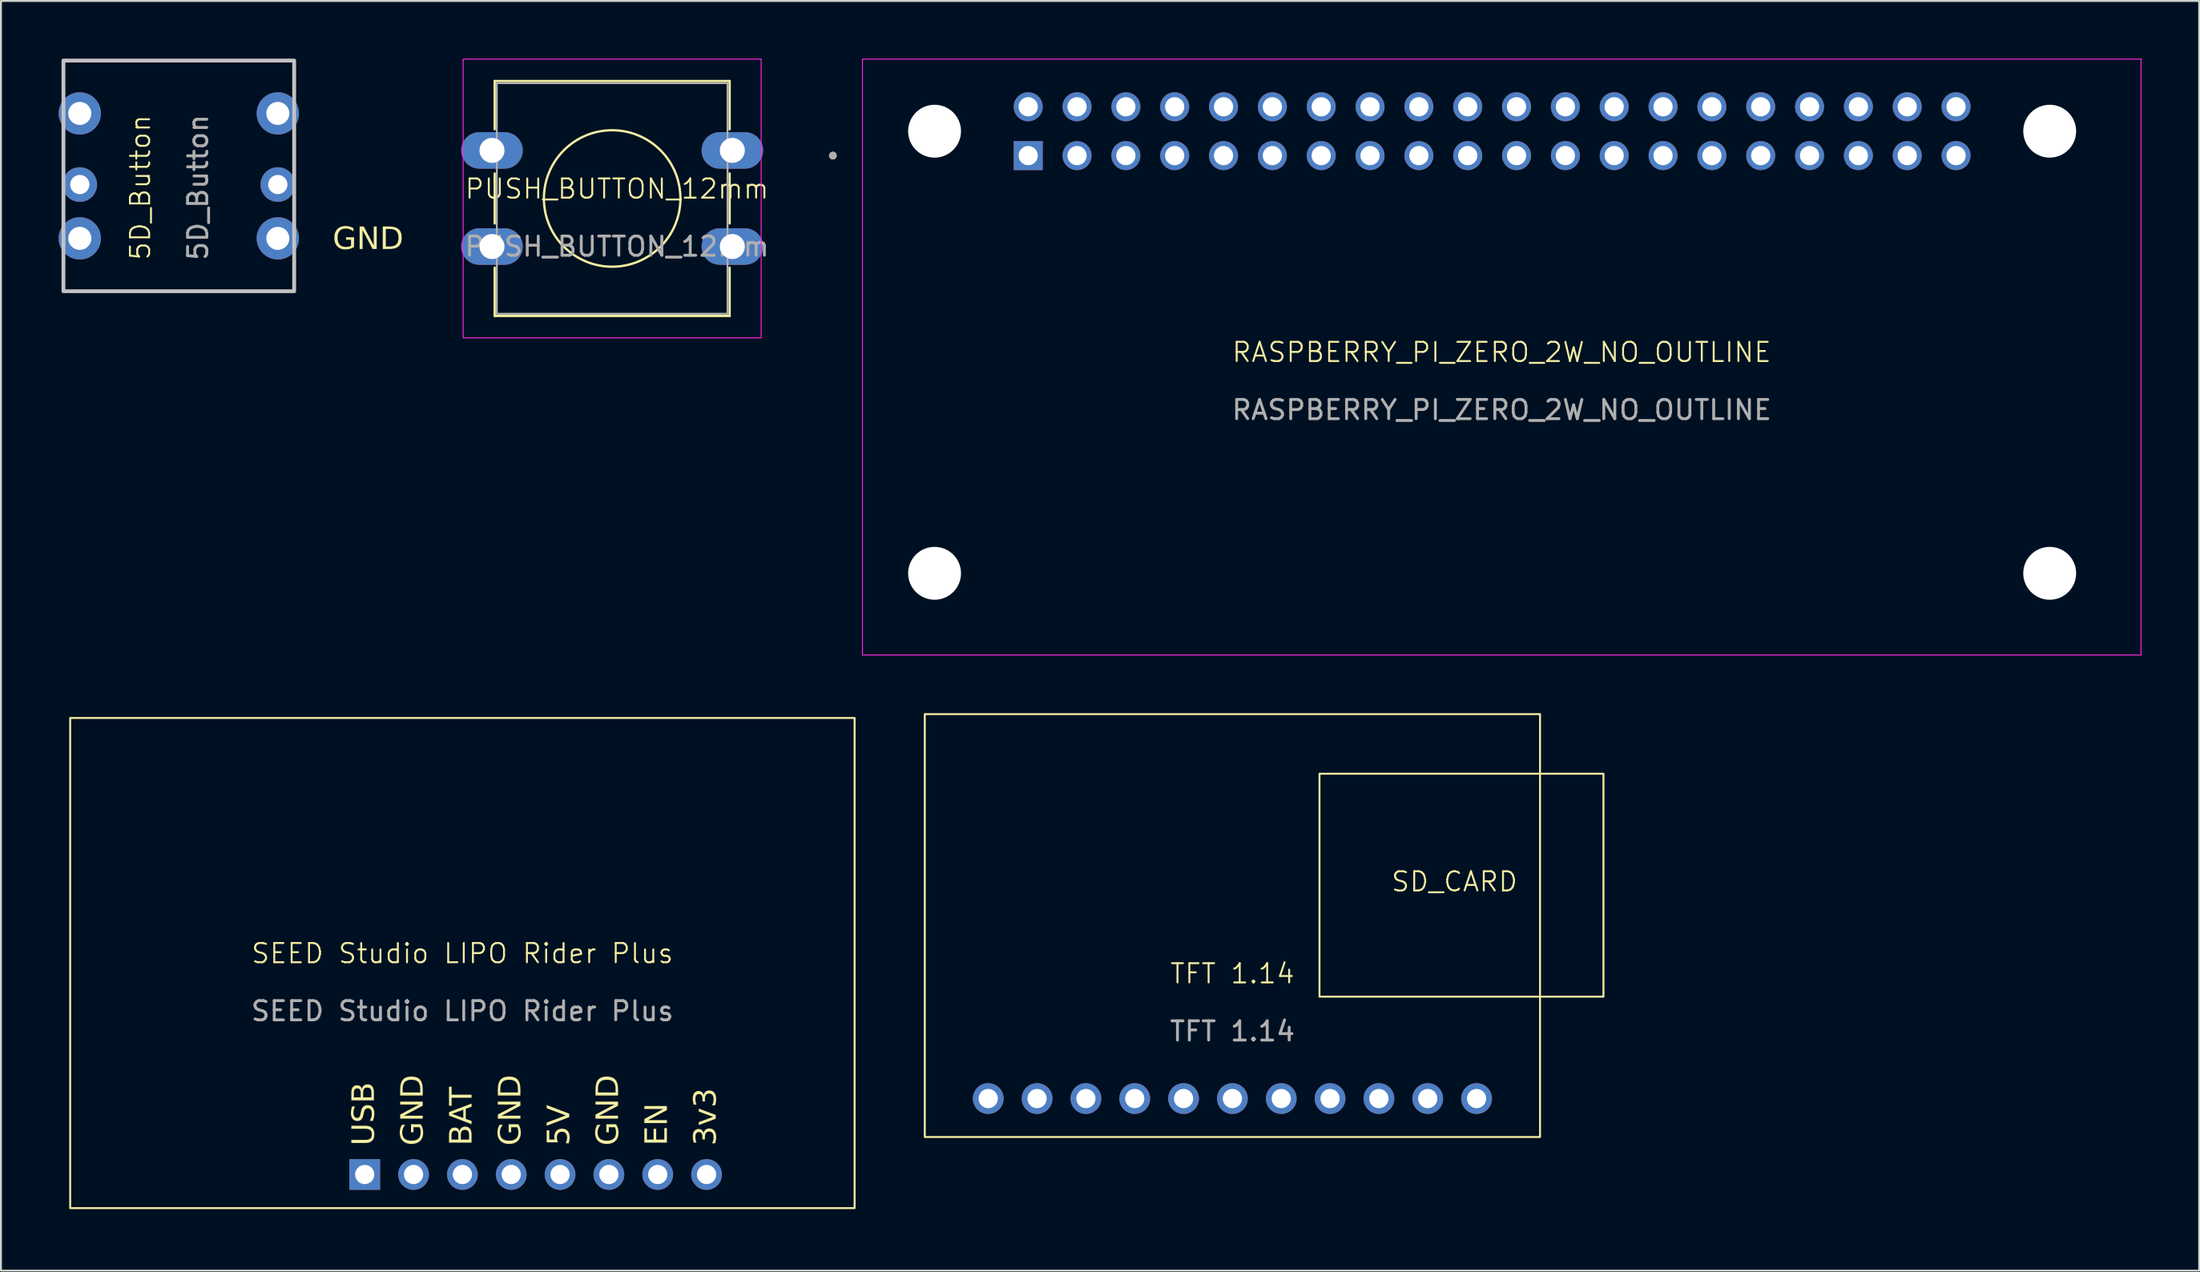
<source format=kicad_pcb>
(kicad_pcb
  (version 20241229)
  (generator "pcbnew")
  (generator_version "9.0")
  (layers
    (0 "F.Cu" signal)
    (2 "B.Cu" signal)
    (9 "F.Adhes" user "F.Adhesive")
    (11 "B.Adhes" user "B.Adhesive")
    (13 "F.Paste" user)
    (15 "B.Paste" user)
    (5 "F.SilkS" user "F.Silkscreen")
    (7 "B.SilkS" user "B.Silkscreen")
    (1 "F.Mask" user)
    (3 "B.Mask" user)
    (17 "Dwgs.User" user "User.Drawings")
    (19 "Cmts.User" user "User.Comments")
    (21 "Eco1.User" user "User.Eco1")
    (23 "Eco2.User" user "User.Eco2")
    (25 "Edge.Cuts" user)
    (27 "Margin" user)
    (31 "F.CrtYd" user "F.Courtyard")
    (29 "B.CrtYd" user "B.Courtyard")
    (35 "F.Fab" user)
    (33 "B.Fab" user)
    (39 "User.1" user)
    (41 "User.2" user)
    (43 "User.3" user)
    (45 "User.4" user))
  (footprint "PUSH_BUTTON_12mm"
    (layer "F.Cu")
    (at 29.04 7.275)
    (property "Reference" "PUSH_BUTTON_12mm" (at 0 -0.5 0) (unlocked yes) (layer "F.SilkS") (effects (font (size 1 1) (thickness 0.1))))
    (attr smd)
    (fp_line (start -6.36 -6.11) (end -6.36 -3.6) (stroke (width 0.12) (type default)) (layer "F.SilkS"))
    (fp_line (start -6.36 -6.11) (end 5.86 -6.11) (stroke (width 0.12) (type default)) (layer "F.SilkS"))
    (fp_line (start -6.36 -1.3) (end -6.36 1.3) (stroke (width 0.12) (type default)) (layer "F.SilkS"))
    (fp_line (start -6.36 3.6) (end -6.36 6.11) (stroke (width 0.12) (type default)) (layer "F.SilkS"))
    (fp_line (start 5.86 -6.11) (end 5.86 -3.6) (stroke (width 0.12) (type default)) (layer "F.SilkS"))
    (fp_line (start 5.86 -1.3) (end 5.86 1.3) (stroke (width 0.12) (type default)) (layer "F.SilkS"))
    (fp_line (start 5.86 3.6) (end 5.86 6.11) (stroke (width 0.12) (type default)) (layer "F.SilkS"))
    (fp_line (start 5.86 6.11) (end -6.36 6.11) (stroke (width 0.12) (type default)) (layer "F.SilkS"))
    (fp_circle (center -0.25 0) (end 3.3 0) (stroke (width 0.12) (type default)) (fill no) (layer "F.SilkS"))
    (fp_rect (start -8 -7.25) (end 7.5 7.25) (stroke (width 0.05) (type default)) (fill no) (layer "F.CrtYd"))
    (fp_rect (start -6.25 -6) (end 5.75 6) (stroke (width 0.1) (type default)) (fill no) (layer "F.Fab"))
    (fp_text user "${REFERENCE}" (at 0 2.5 0) (unlocked yes) (layer "F.Fab") (effects (font (size 1 1) (thickness 0.15))))
    (pad "1" thru_hole oval (at -6.5 -2.5) (size 3.2 1.9) (drill 1.3) (layers "*.Cu" "*.Mask"))
    (pad "2" thru_hole oval (at -6.5 2.5) (size 3.2 1.9) (drill 1.3) (layers "*.Cu" "*.Mask"))
    (pad "3" thru_hole oval (at 6 -2.5) (size 3.2 1.9) (drill 1.3) (layers "*.Cu" "*.Mask"))
    (pad "4" thru_hole oval (at 6 2.5) (size 3.2 1.9) (drill 1.3) (layers "*.Cu" "*.Mask")))
  (footprint "RASPBERRY_PI_ZERO_2W_NO_OUTLINE"
    (layer "F.Cu")
    (at 75.059 15.775)
    (property "Reference" "RASPBERRY_PI_ZERO_2W_NO_OUTLINE" (at 0 -0.5 0) (unlocked yes) (layer "F.SilkS") (effects (font (size 1 1) (thickness 0.1))))
    (attr smd)
    (fp_circle (center -34.79 -10.73) (end -34.69 -10.73) (stroke (width 0.2) (type solid)) (fill no) (layer "F.SilkS"))
    (fp_line (start -33.25 -15.75) (end 33.25 -15.75) (stroke (width 0.05) (type solid)) (layer "F.CrtYd"))
    (fp_line (start -33.25 15.25) (end -33.25 -15.75) (stroke (width 0.05) (type solid)) (layer "F.CrtYd"))
    (fp_line (start 33.25 -15.75) (end 33.25 15.25) (stroke (width 0.05) (type solid)) (layer "F.CrtYd"))
    (fp_line (start 33.25 15.25) (end -33.25 15.25) (stroke (width 0.05) (type solid)) (layer "F.CrtYd"))
    (fp_circle (center -34.79 -10.73) (end -34.69 -10.73) (stroke (width 0.2) (type solid)) (fill no) (layer "F.Fab"))
    (fp_text user "${REFERENCE}" (at 0 2.5 0) (unlocked yes) (layer "F.Fab") (effects (font (size 1 1) (thickness 0.15))))
    (pad "" np_thru_hole circle (at -29.5 -12) (size 2.75 2.75) (drill 2.75) (layers "*.Cu" "*.Mask"))
    (pad "" np_thru_hole circle (at -29.5 11) (size 2.75 2.75) (drill 2.75) (layers "*.Cu" "*.Mask"))
    (pad "" np_thru_hole circle (at 28.5 -12) (size 2.75 2.75) (drill 2.75) (layers "*.Cu" "*.Mask"))
    (pad "" np_thru_hole circle (at 28.5 11) (size 2.75 2.75) (drill 2.75) (layers "*.Cu" "*.Mask"))
    (pad "1" thru_hole rect (at -24.63 -10.73) (size 1.508 1.508) (drill 1) (layers "*.Cu" "*.Mask"))
    (pad "2" thru_hole circle (at -24.63 -13.27) (size 1.508 1.508) (drill 1) (layers "*.Cu" "*.Mask"))
    (pad "3" thru_hole circle (at -22.09 -10.73) (size 1.508 1.508) (drill 1) (layers "*.Cu" "*.Mask"))
    (pad "4" thru_hole circle (at -22.09 -13.27) (size 1.508 1.508) (drill 1) (layers "*.Cu" "*.Mask"))
    (pad "5" thru_hole circle (at -19.55 -10.73) (size 1.508 1.508) (drill 1) (layers "*.Cu" "*.Mask"))
    (pad "6" thru_hole circle (at -19.55 -13.27) (size 1.508 1.508) (drill 1) (layers "*.Cu" "*.Mask"))
    (pad "7" thru_hole circle (at -17.01 -10.73) (size 1.508 1.508) (drill 1) (layers "*.Cu" "*.Mask"))
    (pad "8" thru_hole circle (at -17.01 -13.27) (size 1.508 1.508) (drill 1) (layers "*.Cu" "*.Mask"))
    (pad "9" thru_hole circle (at -14.47 -10.73) (size 1.508 1.508) (drill 1) (layers "*.Cu" "*.Mask"))
    (pad "10" thru_hole circle (at -14.47 -13.27) (size 1.508 1.508) (drill 1) (layers "*.Cu" "*.Mask"))
    (pad "11" thru_hole circle (at -11.93 -10.73) (size 1.508 1.508) (drill 1) (layers "*.Cu" "*.Mask"))
    (pad "12" thru_hole circle (at -11.93 -13.27) (size 1.508 1.508) (drill 1) (layers "*.Cu" "*.Mask"))
    (pad "13" thru_hole circle (at -9.39 -10.73) (size 1.508 1.508) (drill 1) (layers "*.Cu" "*.Mask"))
    (pad "14" thru_hole circle (at -9.39 -13.27) (size 1.508 1.508) (drill 1) (layers "*.Cu" "*.Mask"))
    (pad "15" thru_hole circle (at -6.85 -10.73) (size 1.508 1.508) (drill 1) (layers "*.Cu" "*.Mask"))
    (pad "16" thru_hole circle (at -6.85 -13.27) (size 1.508 1.508) (drill 1) (layers "*.Cu" "*.Mask"))
    (pad "17" thru_hole circle (at -4.31 -10.73) (size 1.508 1.508) (drill 1) (layers "*.Cu" "*.Mask"))
    (pad "18" thru_hole circle (at -4.31 -13.27) (size 1.508 1.508) (drill 1) (layers "*.Cu" "*.Mask"))
    (pad "19" thru_hole circle (at -1.77 -10.73) (size 1.508 1.508) (drill 1) (layers "*.Cu" "*.Mask"))
    (pad "20" thru_hole circle (at -1.77 -13.27) (size 1.508 1.508) (drill 1) (layers "*.Cu" "*.Mask"))
    (pad "21" thru_hole circle (at 0.77 -10.73) (size 1.508 1.508) (drill 1) (layers "*.Cu" "*.Mask"))
    (pad "22" thru_hole circle (at 0.77 -13.27) (size 1.508 1.508) (drill 1) (layers "*.Cu" "*.Mask"))
    (pad "23" thru_hole circle (at 3.31 -10.73) (size 1.508 1.508) (drill 1) (layers "*.Cu" "*.Mask"))
    (pad "24" thru_hole circle (at 3.31 -13.27) (size 1.508 1.508) (drill 1) (layers "*.Cu" "*.Mask"))
    (pad "25" thru_hole circle (at 5.85 -10.73) (size 1.508 1.508) (drill 1) (layers "*.Cu" "*.Mask"))
    (pad "26" thru_hole circle (at 5.85 -13.27) (size 1.508 1.508) (drill 1) (layers "*.Cu" "*.Mask"))
    (pad "27" thru_hole circle (at 8.39 -10.73) (size 1.508 1.508) (drill 1) (layers "*.Cu" "*.Mask"))
    (pad "28" thru_hole circle (at 8.39 -13.27) (size 1.508 1.508) (drill 1) (layers "*.Cu" "*.Mask"))
    (pad "29" thru_hole circle (at 10.93 -10.73) (size 1.508 1.508) (drill 1) (layers "*.Cu" "*.Mask"))
    (pad "30" thru_hole circle (at 10.93 -13.27) (size 1.508 1.508) (drill 1) (layers "*.Cu" "*.Mask"))
    (pad "31" thru_hole circle (at 13.47 -10.73) (size 1.508 1.508) (drill 1) (layers "*.Cu" "*.Mask"))
    (pad "32" thru_hole circle (at 13.47 -13.27) (size 1.508 1.508) (drill 1) (layers "*.Cu" "*.Mask"))
    (pad "33" thru_hole circle (at 16.01 -10.73) (size 1.508 1.508) (drill 1) (layers "*.Cu" "*.Mask"))
    (pad "34" thru_hole circle (at 16.01 -13.27) (size 1.508 1.508) (drill 1) (layers "*.Cu" "*.Mask"))
    (pad "35" thru_hole circle (at 18.55 -10.73) (size 1.508 1.508) (drill 1) (layers "*.Cu" "*.Mask"))
    (pad "36" thru_hole circle (at 18.55 -13.27) (size 1.508 1.508) (drill 1) (layers "*.Cu" "*.Mask"))
    (pad "37" thru_hole circle (at 21.09 -10.73) (size 1.508 1.508) (drill 1) (layers "*.Cu" "*.Mask"))
    (pad "38" thru_hole circle (at 21.09 -13.27) (size 1.508 1.508) (drill 1) (layers "*.Cu" "*.Mask"))
    (pad "39" thru_hole circle (at 23.63 -10.73) (size 1.508 1.508) (drill 1) (layers "*.Cu" "*.Mask"))
    (pad "40" thru_hole circle (at 23.63 -13.27) (size 1.508 1.508) (drill 1) (layers "*.Cu" "*.Mask")))
  (footprint "TFT 1.14"
    (layer "F.Cu")
    (at 61.05 48.1)
    (property "Reference" "TFT 1.14" (at 0 -0.5 0) (unlocked yes) (layer "F.SilkS") (effects (font (size 1 1) (thickness 0.1))))
    (attr smd)
    (fp_rect (start -16 -14) (end 16 8) (stroke (width 0.1) (type solid)) (fill no) (layer "F.SilkS"))
    (fp_rect (start 4.53 -10.9) (end 19.3 0.7) (stroke (width 0.1) (type solid)) (fill no) (layer "F.SilkS"))
    (fp_text user "SD_CARD" (at 8.2 -4.7 0) (unlocked yes) (layer "F.SilkS") (effects (font (size 1 1) (thickness 0.1)) (justify left bottom)))
    (fp_text user "${REFERENCE}" (at 0 2.5 0) (unlocked yes) (layer "F.Fab") (effects (font (size 1 1) (thickness 0.15))))
    (pad "1" thru_hole circle (at -12.7 6) (size 1.6 1.6) (drill 1) (layers "*.Cu" "*.Mask"))
    (pad "2" thru_hole circle (at -10.16 6) (size 1.6 1.6) (drill 1) (layers "*.Cu" "*.Mask"))
    (pad "3" thru_hole circle (at -7.62 6) (size 1.6 1.6) (drill 1) (layers "*.Cu" "*.Mask"))
    (pad "4" thru_hole circle (at -5.08 6) (size 1.6 1.6) (drill 1) (layers "*.Cu" "*.Mask"))
    (pad "5" thru_hole circle (at -2.54 6) (size 1.6 1.6) (drill 1) (layers "*.Cu" "*.Mask"))
    (pad "6" thru_hole circle (at 0 6) (size 1.6 1.6) (drill 1) (layers "*.Cu" "*.Mask"))
    (pad "7" thru_hole circle (at 2.54 6) (size 1.6 1.6) (drill 1) (layers "*.Cu" "*.Mask"))
    (pad "8" thru_hole circle (at 5.08 6) (size 1.6 1.6) (drill 1) (layers "*.Cu" "*.Mask"))
    (pad "9" thru_hole circle (at 7.62 6) (size 1.6 1.6) (drill 1) (layers "*.Cu" "*.Mask"))
    (pad "10" thru_hole circle (at 10.16 6) (size 1.6 1.6) (drill 1) (layers "*.Cu" "*.Mask"))
    (pad "11" thru_hole circle (at 12.7 6) (size 1.6 1.6) (drill 1) (layers "*.Cu" "*.Mask"))
    (zone (net_name "") (layer "F.SilkS") (hatch edge 0.5) (connect_pads) (min_thickness 0.25) (filled_areas_thickness no) (keepout (tracks not_allowed) (vias not_allowed) (pads not_allowed) (copperpour allowed) (footprints allowed)) (placement (enabled no)) (fill) (polygon (pts (xy 45.05 34.1) (xy 77.05 34.1) (xy 77.05 56.1) (xy 45.05 56.1)))))
  (footprint "SEED Studio LIPO Rider Plus"
    (layer "F.Cu")
    (at 21 47.05)
    (property "Reference" "SEED Studio LIPO Rider Plus" (at 0 -0.5 0) (unlocked yes) (layer "F.SilkS") (effects (font (size 1 1) (thickness 0.1))))
    (attr smd)
    (fp_rect (start -20.4 -12.75) (end 20.4 12.75) (stroke (width 0.1) (type solid)) (fill no) (layer "F.SilkS"))
    (fp_text user "BAT" (at 0 9.5 90) (unlocked yes) (layer "F.SilkS") (effects (font (face "Muli") (size 1.15 1.15) (thickness 0.1)) (justify left)))
    (fp_text user "5V" (at 5.08 9.5 90) (unlocked yes) (layer "F.SilkS") (effects (font (face "Muli") (size 1.15 1.15) (thickness 0.1)) (justify left)))
    (fp_text user "USB" (at -5.08 9.5 90) (unlocked yes) (layer "F.SilkS") (effects (font (face "Muli") (size 1.15 1.15) (thickness 0.1)) (justify left)))
    (fp_text user "EN" (at 10.16 9.5 90) (unlocked yes) (layer "F.SilkS") (effects (font (face "Muli") (size 1.15 1.15) (thickness 0.1)) (justify left)))
    (fp_text user "GND" (at 7.62 9.5 90) (unlocked yes) (layer "F.SilkS") (effects (font (face "Muli") (size 1.15 1.15) (thickness 0.1)) (justify left)))
    (fp_text user "GND" (at -2.54 9.5 90) (unlocked yes) (layer "F.SilkS") (effects (font (face "Muli") (size 1.15 1.15) (thickness 0.1)) (justify left)))
    (fp_text user "GND" (at 2.54 9.5 90) (unlocked yes) (layer "F.SilkS") (effects (font (face "Muli") (size 1.15 1.15) (thickness 0.1)) (justify left)))
    (fp_text user "3v3" (at 12.7 9.5 90) (unlocked yes) (layer "F.SilkS") (effects (font (face "Muli") (size 1.15 1.15) (thickness 0.1)) (justify left)))
    (fp_text user "${REFERENCE}" (at 0 2.5 0) (unlocked yes) (layer "F.Fab") (effects (font (size 1 1) (thickness 0.15))))
    (pad "1" thru_hole circle (at 12.7 11) (size 1.6 1.6) (drill 1) (layers "*.Cu" "*.Mask"))
    (pad "2" thru_hole circle (at 10.16 11) (size 1.6 1.6) (drill 1) (layers "*.Cu" "*.Mask"))
    (pad "3" thru_hole circle (at 7.62 11) (size 1.6 1.6) (drill 1) (layers "*.Cu" "*.Mask"))
    (pad "4" thru_hole circle (at 5.08 11) (size 1.6 1.6) (drill 1) (layers "*.Cu" "*.Mask"))
    (pad "5" thru_hole circle (at 2.54 11) (size 1.6 1.6) (drill 1) (layers "*.Cu" "*.Mask"))
    (pad "6" thru_hole circle (at 0 11) (size 1.6 1.6) (drill 1) (layers "*.Cu" "*.Mask"))
    (pad "7" thru_hole circle (at -2.54 11) (size 1.6 1.6) (drill 1) (layers "*.Cu" "*.Mask"))
    (pad "8" thru_hole rect (at -5.08 11) (size 1.6 1.6) (drill 1) (layers "*.Cu" "*.Mask"))
    (zone (net_name "") (layer "F.SilkS") (hatch edge 0.5) (connect_pads) (min_thickness 0.25) (filled_areas_thickness no) (keepout (tracks not_allowed) (vias not_allowed) (pads not_allowed) (copperpour allowed) (footprints allowed)) (placement (enabled no)) (fill) (polygon (pts (xy 0 34.05) (xy 42 34.05) (xy 42 60.05) (xy 0 60.05)))))
  (footprint "5D_Button"
    (layer "F.Cu")
    (at 6.25 6.1)
    (property "Reference" "5D_Button" (at -2 0.6 90) (unlocked yes) (layer "F.SilkS") (effects (font (size 1 1) (thickness 0.1))))
    (attr smd)
    (fp_line (start -6 -6) (end 6 -6) (stroke (width 0.1) (type default)) (layer "F.SilkS"))
    (fp_line (start -6 -4.6) (end -6 -6) (stroke (width 0.1) (type default)) (layer "F.SilkS"))
    (fp_line (start -6 -2.3) (end -6 -0.3) (stroke (width 0.1) (type default)) (layer "F.SilkS"))
    (fp_line (start -6 1.2) (end -6 2.2) (stroke (width 0.1) (type default)) (layer "F.SilkS"))
    (fp_line (start -6 4.3) (end -6 6) (stroke (width 0.1) (type default)) (layer "F.SilkS"))
    (fp_line (start -6 6) (end 6 6) (stroke (width 0.1) (type default)) (layer "F.SilkS"))
    (fp_line (start 6 -6) (end 6 -4.5) (stroke (width 0.1) (type default)) (layer "F.SilkS"))
    (fp_line (start 6 -2.3) (end 6 -0.3) (stroke (width 0.1) (type default)) (layer "F.SilkS"))
    (fp_line (start 6 1.2) (end 6 2.2) (stroke (width 0.1) (type default)) (layer "F.SilkS"))
    (fp_line (start 6 6) (end 6 4.3) (stroke (width 0.1) (type default)) (layer "F.SilkS"))
    (fp_rect (start -6 -6) (end 6 6) (stroke (width 0.2) (type solid)) (fill no) (layer "Dwgs.User"))
    (fp_text user "GND" (at 8 4 0) (unlocked yes) (layer "F.SilkS") (effects (font (face "Muli") (size 1.15 1.15) (thickness 0.1)) (justify left bottom)))
    (fp_text user "${REFERENCE}" (at 1 0.6 90) (unlocked yes) (layer "F.Fab") (effects (font (size 1 1) (thickness 0.15))))
    (pad "1" thru_hole circle (at -5.15 -3.25) (size 2.2 2.2) (drill 1.2) (layers "*.Cu" "*.Mask"))
    (pad "2" thru_hole circle (at -5.15 0.45) (size 1.8 1.8) (drill 1) (layers "*.Cu" "*.Mask"))
    (pad "3" thru_hole circle (at -5.15 3.25) (size 2.2 2.2) (drill 1.2) (layers "*.Cu" "*.Mask"))
    (pad "4" thru_hole circle (at 5.15 3.25) (size 2.2 2.2) (drill 1.2) (layers "*.Cu" "*.Mask"))
    (pad "5" thru_hole circle (at 5.15 0.45) (size 1.8 1.8) (drill 1) (layers "*.Cu" "*.Mask"))
    (pad "6" thru_hole circle (at 5.15 -3.25) (size 2.2 2.2) (drill 1.2) (layers "*.Cu" "*.Mask")))
  (gr_rect
    (start -3 -3)
    (end 111.334 63.05)
    (stroke (width 0.1) (type default))
    (fill no)
    (layer "Edge.Cuts")))
</source>
